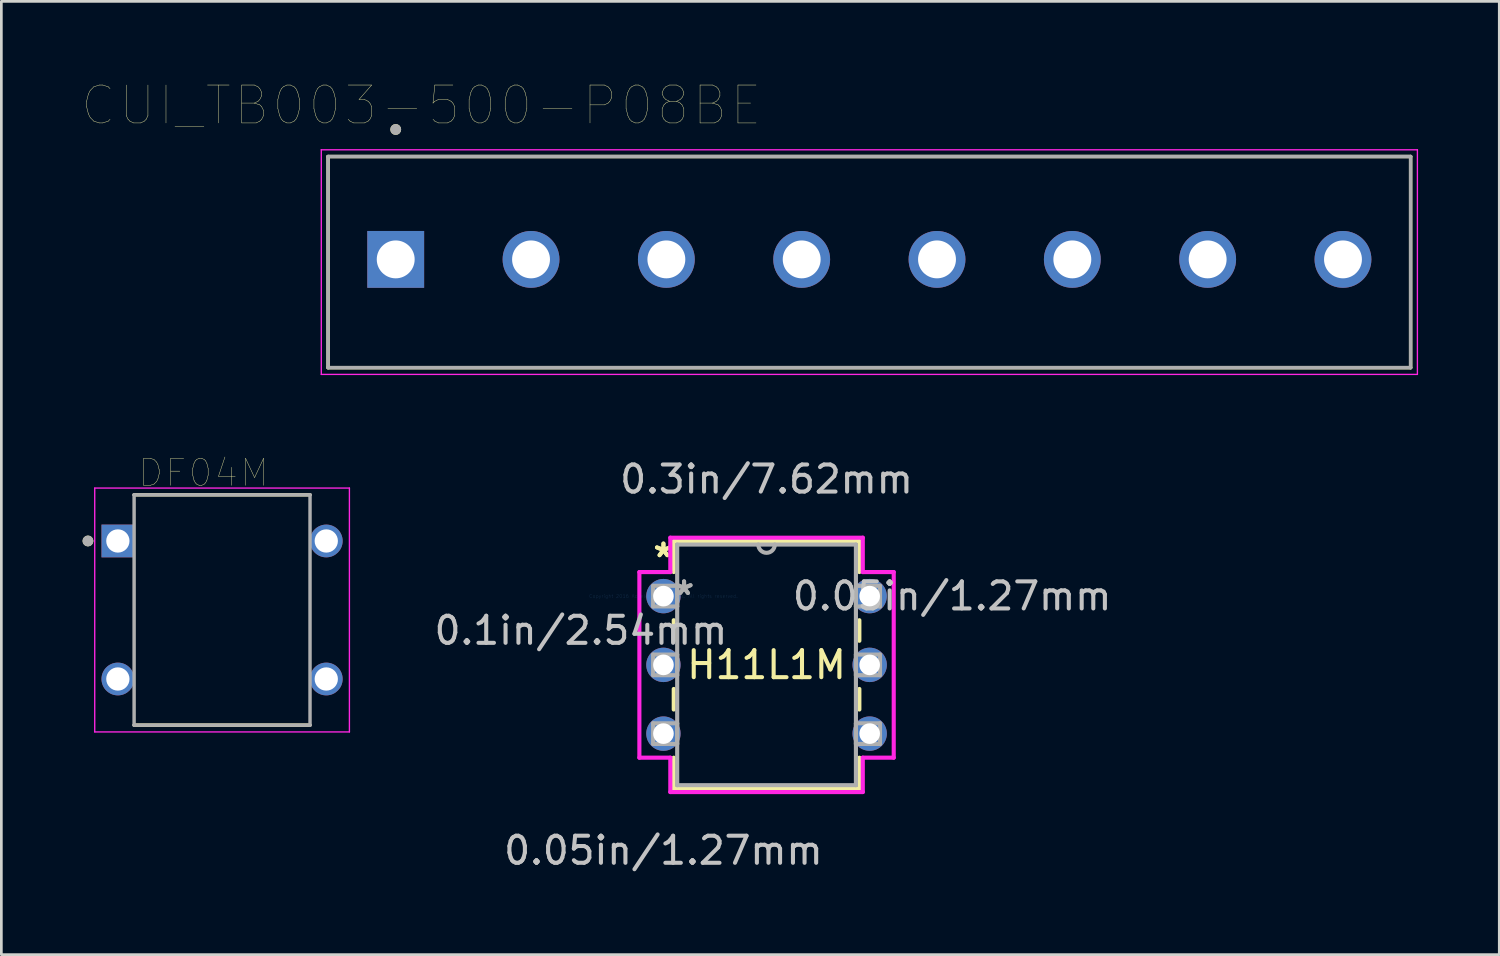
<source format=kicad_pcb>
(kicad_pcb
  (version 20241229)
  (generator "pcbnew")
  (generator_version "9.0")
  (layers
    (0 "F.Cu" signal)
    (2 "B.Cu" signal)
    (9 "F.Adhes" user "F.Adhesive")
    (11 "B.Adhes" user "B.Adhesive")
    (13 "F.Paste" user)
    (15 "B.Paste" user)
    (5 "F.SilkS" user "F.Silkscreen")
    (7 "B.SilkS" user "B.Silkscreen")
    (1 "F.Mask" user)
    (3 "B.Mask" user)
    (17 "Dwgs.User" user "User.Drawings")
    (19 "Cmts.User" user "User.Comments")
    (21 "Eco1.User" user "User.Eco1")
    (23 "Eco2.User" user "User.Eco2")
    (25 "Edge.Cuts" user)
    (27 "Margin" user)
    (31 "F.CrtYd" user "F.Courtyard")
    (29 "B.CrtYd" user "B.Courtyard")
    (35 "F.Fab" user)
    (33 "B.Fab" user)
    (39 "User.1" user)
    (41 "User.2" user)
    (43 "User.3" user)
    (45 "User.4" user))
  (footprint "CUI_TB003-500-P08BE"
    (layer "F.Cu")
    (at 11.571 6.534)
    (property "Reference" "CUI_TB003-500-P08BE" (at 0.945 -5.689 0) (layer "F.SilkS") (effects (font (size 1.4 1.4) (thickness 0.015))))
    (attr through_hole)
    (fp_line (start -2.5 -3.8) (end 37.5 -3.8) (stroke (width 0.127) (type solid)) (layer "F.SilkS"))
    (fp_line (start -2.5 4) (end -2.5 -3.8) (stroke (width 0.127) (type solid)) (layer "F.SilkS"))
    (fp_line (start 37.5 -3.8) (end 37.5 4) (stroke (width 0.127) (type solid)) (layer "F.SilkS"))
    (fp_line (start 37.5 4) (end -2.5 4) (stroke (width 0.127) (type solid)) (layer "F.SilkS"))
    (fp_circle (center 0 -4.8) (end 0.1 -4.8) (stroke (width 0.2) (type solid)) (fill no) (layer "F.SilkS"))
    (fp_line (start -2.75 -4.05) (end 37.75 -4.05) (stroke (width 0.05) (type solid)) (layer "F.CrtYd"))
    (fp_line (start -2.75 4.25) (end -2.75 -4.05) (stroke (width 0.05) (type solid)) (layer "F.CrtYd"))
    (fp_line (start 37.75 -4.05) (end 37.75 4.25) (stroke (width 0.05) (type solid)) (layer "F.CrtYd"))
    (fp_line (start 37.75 4.25) (end -2.75 4.25) (stroke (width 0.05) (type solid)) (layer "F.CrtYd"))
    (fp_line (start -2.5 -3.8) (end 37.5 -3.8) (stroke (width 0.127) (type solid)) (layer "F.Fab"))
    (fp_line (start -2.5 4) (end -2.5 -3.8) (stroke (width 0.127) (type solid)) (layer "F.Fab"))
    (fp_line (start 37.5 -3.8) (end 37.5 4) (stroke (width 0.127) (type solid)) (layer "F.Fab"))
    (fp_line (start 37.5 4) (end -2.5 4) (stroke (width 0.127) (type solid)) (layer "F.Fab"))
    (fp_circle (center 0 -4.8) (end 0.1 -4.8) (stroke (width 0.2) (type solid)) (fill no) (layer "F.Fab"))
    (pad "1" thru_hole rect (at 0 0) (size 2.1 2.1) (drill 1.4) (layers "*.Cu" "*.Mask"))
    (pad "2" thru_hole circle (at 5 0) (size 2.1 2.1) (drill 1.4) (layers "*.Cu" "*.Mask"))
    (pad "3" thru_hole circle (at 10 0) (size 2.1 2.1) (drill 1.4) (layers "*.Cu" "*.Mask"))
    (pad "4" thru_hole circle (at 15 0) (size 2.1 2.1) (drill 1.4) (layers "*.Cu" "*.Mask"))
    (pad "5" thru_hole circle (at 20 0) (size 2.1 2.1) (drill 1.4) (layers "*.Cu" "*.Mask"))
    (pad "6" thru_hole circle (at 25 0) (size 2.1 2.1) (drill 1.4) (layers "*.Cu" "*.Mask"))
    (pad "7" thru_hole circle (at 30 0) (size 2.1 2.1) (drill 1.4) (layers "*.Cu" "*.Mask"))
    (pad "8" thru_hole circle (at 35 0) (size 2.1 2.1) (drill 1.4) (layers "*.Cu" "*.Mask")))
  (footprint "DF04M"
    (layer "F.Cu")
    (at 5.155 19.488)
    (property "Reference" "DF04M" (at -0.68 -5.067 0) (layer "F.SilkS") (effects (font (size 1 1) (thickness 0.015))))
    (attr through_hole)
    (fp_line (start -3.25 -4.255) (end 3.25 -4.255) (stroke (width 0.127) (type solid)) (layer "F.SilkS"))
    (fp_line (start -3.25 4.255) (end 3.25 4.255) (stroke (width 0.127) (type solid)) (layer "F.SilkS"))
    (fp_circle (center -4.955 -2.55) (end -4.855 -2.55) (stroke (width 0.2) (type solid)) (fill no) (layer "F.SilkS"))
    (fp_line (start -4.705 -4.505) (end -4.705 4.505) (stroke (width 0.05) (type solid)) (layer "F.CrtYd"))
    (fp_line (start 4.705 -4.505) (end -4.705 -4.505) (stroke (width 0.05) (type solid)) (layer "F.CrtYd"))
    (fp_line (start 4.705 -4.505) (end 4.705 4.505) (stroke (width 0.05) (type solid)) (layer "F.CrtYd"))
    (fp_line (start 4.705 4.505) (end -4.705 4.505) (stroke (width 0.05) (type solid)) (layer "F.CrtYd"))
    (fp_line (start -3.25 -4.255) (end -3.25 4.255) (stroke (width 0.127) (type solid)) (layer "F.Fab"))
    (fp_line (start -3.25 -4.255) (end 3.25 -4.255) (stroke (width 0.127) (type solid)) (layer "F.Fab"))
    (fp_line (start -3.25 4.255) (end 3.25 4.255) (stroke (width 0.127) (type solid)) (layer "F.Fab"))
    (fp_line (start 3.25 -4.255) (end 3.25 4.255) (stroke (width 0.127) (type solid)) (layer "F.Fab"))
    (fp_circle (center -4.955 -2.55) (end -4.855 -2.55) (stroke (width 0.2) (type solid)) (fill no) (layer "F.Fab"))
    (pad "1" thru_hole rect (at -3.85 -2.55) (size 1.21 1.21) (drill 0.86) (layers "*.Cu" "*.Mask"))
    (pad "2" thru_hole circle (at -3.85 2.55) (size 1.21 1.21) (drill 0.86) (layers "*.Cu" "*.Mask"))
    (pad "3" thru_hole circle (at 3.85 2.55) (size 1.21 1.21) (drill 0.86) (layers "*.Cu" "*.Mask"))
    (pad "4" thru_hole circle (at 3.85 -2.55) (size 1.21 1.21) (drill 0.86) (layers "*.Cu" "*.Mask")))
  (footprint "H11L1M"
    (layer "F.Cu")
    (at 21.463 18.976)
    (property "Reference" "H11L1M" (at 3.81 2.54 0) (layer "F.SilkS") (effects (font (size 1 1) (thickness 0.15))))
    (attr through_hole)
    (fp_line (start 0.381 -2.032) (end 0.381 -0.89) (stroke (width 0.152) (type solid)) (layer "F.SilkS"))
    (fp_line (start 0.381 0.89) (end 0.381 1.65) (stroke (width 0.152) (type solid)) (layer "F.SilkS"))
    (fp_line (start 0.381 3.43) (end 0.381 4.19) (stroke (width 0.152) (type solid)) (layer "F.SilkS"))
    (fp_line (start 0.381 5.97) (end 0.381 7.112) (stroke (width 0.152) (type solid)) (layer "F.SilkS"))
    (fp_line (start 0.381 7.112) (end 7.239 7.112) (stroke (width 0.152) (type solid)) (layer "F.SilkS"))
    (fp_line (start 7.239 -2.032) (end 0.381 -2.032) (stroke (width 0.152) (type solid)) (layer "F.SilkS"))
    (fp_line (start 7.239 -0.89) (end 7.239 -2.032) (stroke (width 0.152) (type solid)) (layer "F.SilkS"))
    (fp_line (start 7.239 1.65) (end 7.239 0.89) (stroke (width 0.152) (type solid)) (layer "F.SilkS"))
    (fp_line (start 7.239 4.19) (end 7.239 3.43) (stroke (width 0.152) (type solid)) (layer "F.SilkS"))
    (fp_line (start 7.239 7.112) (end 7.239 5.97) (stroke (width 0.152) (type solid)) (layer "F.SilkS"))
    (fp_line (start -0.889 -0.889) (end -0.889 5.969) (stroke (width 0.152) (type solid)) (layer "F.CrtYd"))
    (fp_line (start -0.889 5.969) (end 0.254 5.969) (stroke (width 0.152) (type solid)) (layer "F.CrtYd"))
    (fp_line (start 0.254 -2.159) (end 0.254 -0.889) (stroke (width 0.152) (type solid)) (layer "F.CrtYd"))
    (fp_line (start 0.254 -0.889) (end -0.889 -0.889) (stroke (width 0.152) (type solid)) (layer "F.CrtYd"))
    (fp_line (start 0.254 5.969) (end 0.254 7.239) (stroke (width 0.152) (type solid)) (layer "F.CrtYd"))
    (fp_line (start 0.254 7.239) (end 7.366 7.239) (stroke (width 0.152) (type solid)) (layer "F.CrtYd"))
    (fp_line (start 7.366 -2.159) (end 0.254 -2.159) (stroke (width 0.152) (type solid)) (layer "F.CrtYd"))
    (fp_line (start 7.366 -0.889) (end 7.366 -2.159) (stroke (width 0.152) (type solid)) (layer "F.CrtYd"))
    (fp_line (start 7.366 5.969) (end 8.509 5.969) (stroke (width 0.152) (type solid)) (layer "F.CrtYd"))
    (fp_line (start 7.366 7.239) (end 7.366 5.969) (stroke (width 0.152) (type solid)) (layer "F.CrtYd"))
    (fp_line (start 8.509 -0.889) (end 7.366 -0.889) (stroke (width 0.152) (type solid)) (layer "F.CrtYd"))
    (fp_line (start 8.509 5.969) (end 8.509 -0.889) (stroke (width 0.152) (type solid)) (layer "F.CrtYd"))
    (fp_line (start -0.381 -0.381) (end -0.381 0.381) (stroke (width 0.152) (type solid)) (layer "F.Fab"))
    (fp_line (start -0.381 0.381) (end 0.508 0.381) (stroke (width 0.152) (type solid)) (layer "F.Fab"))
    (fp_line (start -0.381 2.159) (end -0.381 2.921) (stroke (width 0.152) (type solid)) (layer "F.Fab"))
    (fp_line (start -0.381 2.921) (end 0.508 2.921) (stroke (width 0.152) (type solid)) (layer "F.Fab"))
    (fp_line (start -0.381 4.699) (end -0.381 5.461) (stroke (width 0.152) (type solid)) (layer "F.Fab"))
    (fp_line (start -0.381 5.461) (end 0.508 5.461) (stroke (width 0.152) (type solid)) (layer "F.Fab"))
    (fp_line (start 0.508 -1.905) (end 0.508 6.985) (stroke (width 0.152) (type solid)) (layer "F.Fab"))
    (fp_line (start 0.508 -0.381) (end -0.381 -0.381) (stroke (width 0.152) (type solid)) (layer "F.Fab"))
    (fp_line (start 0.508 0.381) (end 0.508 -0.381) (stroke (width 0.152) (type solid)) (layer "F.Fab"))
    (fp_line (start 0.508 2.159) (end -0.381 2.159) (stroke (width 0.152) (type solid)) (layer "F.Fab"))
    (fp_line (start 0.508 2.921) (end 0.508 2.159) (stroke (width 0.152) (type solid)) (layer "F.Fab"))
    (fp_line (start 0.508 4.699) (end -0.381 4.699) (stroke (width 0.152) (type solid)) (layer "F.Fab"))
    (fp_line (start 0.508 5.461) (end 0.508 4.699) (stroke (width 0.152) (type solid)) (layer "F.Fab"))
    (fp_line (start 0.508 6.985) (end 7.112 6.985) (stroke (width 0.152) (type solid)) (layer "F.Fab"))
    (fp_line (start 7.112 -1.905) (end 0.508 -1.905) (stroke (width 0.152) (type solid)) (layer "F.Fab"))
    (fp_line (start 7.112 -0.381) (end 7.112 0.381) (stroke (width 0.152) (type solid)) (layer "F.Fab"))
    (fp_line (start 7.112 0.381) (end 8.001 0.381) (stroke (width 0.152) (type solid)) (layer "F.Fab"))
    (fp_line (start 7.112 2.159) (end 7.112 2.921) (stroke (width 0.152) (type solid)) (layer "F.Fab"))
    (fp_line (start 7.112 2.921) (end 8.001 2.921) (stroke (width 0.152) (type solid)) (layer "F.Fab"))
    (fp_line (start 7.112 4.699) (end 7.112 5.461) (stroke (width 0.152) (type solid)) (layer "F.Fab"))
    (fp_line (start 7.112 5.461) (end 8.001 5.461) (stroke (width 0.152) (type solid)) (layer "F.Fab"))
    (fp_line (start 7.112 6.985) (end 7.112 -1.905) (stroke (width 0.152) (type solid)) (layer "F.Fab"))
    (fp_line (start 8.001 -0.381) (end 7.112 -0.381) (stroke (width 0.152) (type solid)) (layer "F.Fab"))
    (fp_line (start 8.001 0.381) (end 8.001 -0.381) (stroke (width 0.152) (type solid)) (layer "F.Fab"))
    (fp_line (start 8.001 2.159) (end 7.112 2.159) (stroke (width 0.152) (type solid)) (layer "F.Fab"))
    (fp_line (start 8.001 2.921) (end 8.001 2.159) (stroke (width 0.152) (type solid)) (layer "F.Fab"))
    (fp_line (start 8.001 4.699) (end 7.112 4.699) (stroke (width 0.152) (type solid)) (layer "F.Fab"))
    (fp_line (start 8.001 5.461) (end 8.001 4.699) (stroke (width 0.152) (type solid)) (layer "F.Fab"))
    (fp_arc (start 4.1148 -1.905) (mid 3.81 -1.6002) (end 3.5052 -1.905) (stroke (width 0.1524) (type solid)) (layer "F.Fab"))
    (fp_text user "*" (at 0 -1.397 0) (layer "F.SilkS") (effects (font (size 1 1) (thickness 0.15))))
    (fp_text user "*" (at 0 -1.397 0) (layer "F.SilkS") (effects (font (size 1 1) (thickness 0.15))))
    (fp_text user "0.05in/1.27mm" (at 10.668 0 0) (layer "Dwgs.User") (effects (font (size 1 1) (thickness 0.15))))
    (fp_text user "0.3in/7.62mm" (at 3.81 -4.318 0) (layer "Dwgs.User") (effects (font (size 1 1) (thickness 0.15))))
    (fp_text user "0.05in/1.27mm" (at 0 9.398 0) (layer "Dwgs.User") (effects (font (size 1 1) (thickness 0.15))))
    (fp_text user "0.1in/2.54mm" (at -3.048 1.27 0) (layer "Dwgs.User") (effects (font (size 1 1) (thickness 0.15))))
    (fp_text user "Copyright 2016 Accelerated Designs. All rights reserved." (at 0 0 0) (layer "Cmts.User") (effects (font (size 0.127 0.127) (thickness 0.002))))
    (fp_text user "*" (at 0.762 0 0) (layer "F.Fab") (effects (font (size 1 1) (thickness 0.15))))
    (fp_text user "*" (at 0.762 0 0) (layer "F.Fab") (effects (font (size 1 1) (thickness 0.15))))
    (pad "1" thru_hole circle (at 0 0) (size 1.27 1.27) (drill 0.762) (layers "*.Cu" "*.Mask"))
    (pad "2" thru_hole circle (at 0 2.54) (size 1.27 1.27) (drill 0.762) (layers "*.Cu" "*.Mask"))
    (pad "3" thru_hole circle (at 0 5.08) (size 1.27 1.27) (drill 0.762) (layers "*.Cu" "*.Mask"))
    (pad "4" thru_hole circle (at 7.62 5.08) (size 1.27 1.27) (drill 0.762) (layers "*.Cu" "*.Mask"))
    (pad "5" thru_hole circle (at 7.62 2.54) (size 1.27 1.27) (drill 0.762) (layers "*.Cu" "*.Mask"))
    (pad "6" thru_hole circle (at 7.62 0) (size 1.27 1.27) (drill 0.762) (layers "*.Cu" "*.Mask")))
  (gr_rect
    (start -3 -3)
    (end 52.346 32.222)
    (stroke (width 0.1) (type default))
    (fill no)
    (layer "Edge.Cuts")))
</source>
